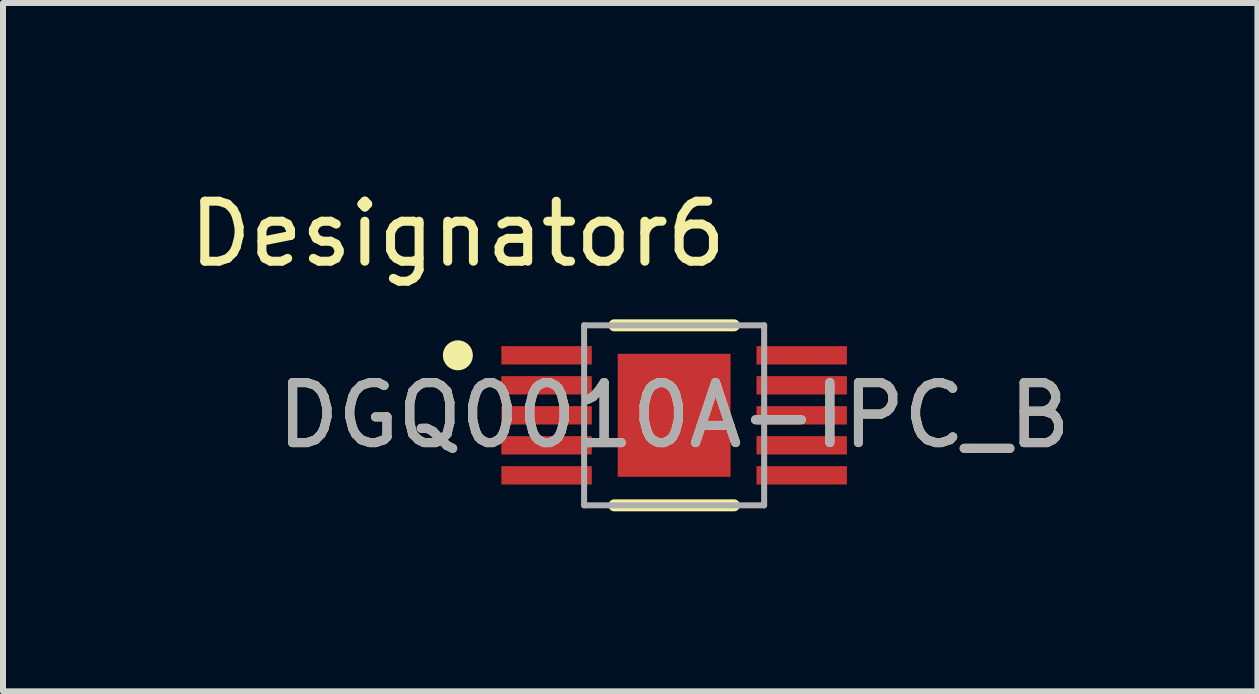
<source format=kicad_pcb>
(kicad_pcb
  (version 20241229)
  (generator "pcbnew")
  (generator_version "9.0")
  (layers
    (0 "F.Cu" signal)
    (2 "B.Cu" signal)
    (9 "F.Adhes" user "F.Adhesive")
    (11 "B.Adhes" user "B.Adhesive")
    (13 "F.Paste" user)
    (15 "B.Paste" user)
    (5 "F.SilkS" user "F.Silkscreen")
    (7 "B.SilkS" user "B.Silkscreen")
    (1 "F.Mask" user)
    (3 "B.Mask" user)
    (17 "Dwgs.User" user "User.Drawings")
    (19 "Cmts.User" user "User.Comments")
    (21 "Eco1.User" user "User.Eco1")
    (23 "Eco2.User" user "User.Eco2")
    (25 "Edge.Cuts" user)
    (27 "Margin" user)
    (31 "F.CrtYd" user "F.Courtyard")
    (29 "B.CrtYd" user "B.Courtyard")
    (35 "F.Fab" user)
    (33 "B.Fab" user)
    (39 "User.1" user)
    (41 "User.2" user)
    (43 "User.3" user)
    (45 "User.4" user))
  (footprint "DGQ0010A-IPC_B"
    (layer "F.Cu")
    (at 8.184 3.871)
    (property "Reference" "DGQ0010A-IPC_B" (at 0 0 0) (unlocked yes) (layer "F.SilkS") (effects (font (size 1 1) (thickness 0.15))))
    (attr smd)
    (fp_line (start -0.997 -1.5) (end 0.997 -1.5) (stroke (width 0.2) (type solid)) (layer "F.SilkS"))
    (fp_line (start -0.997 1.5) (end 0.997 1.5) (stroke (width 0.2) (type solid)) (layer "F.SilkS"))
    (fp_circle (center -3.604 -1) (end -3.479 -1) (stroke (width 0.25) (type solid)) (fill no) (layer "F.SilkS"))
    (fp_poly (pts (xy -0.58 0.665) (xy 0.58 0.665) (xy 0.58 -0.665) (xy -0.58 -0.665)) (stroke (width 0) (type solid)) (fill yes) (layer "F.Paste"))
    (fp_line (start -1.5 -1.5) (end 1.5 -1.5) (stroke (width 0.1) (type solid)) (layer "F.Fab"))
    (fp_line (start -1.5 1.5) (end -1.5 -1.5) (stroke (width 0.1) (type solid)) (layer "F.Fab"))
    (fp_line (start -1.5 1.5) (end 1.5 1.5) (stroke (width 0.1) (type solid)) (layer "F.Fab"))
    (fp_line (start 1.5 1.5) (end 1.5 -1.5) (stroke (width 0.1) (type solid)) (layer "F.Fab"))
    (fp_text user "Designator6" (at -3.607 -3.023 0) (unlocked yes) (layer "F.SilkS") (effects (font (size 1 1) (thickness 0.15))))
    (fp_text user "${REFERENCE}" (at 0 0 0) (unlocked yes) (layer "F.Fab") (effects (font (size 1 1) (thickness 0.15))))
    (pad "1" smd rect (at -2.126 -1) (size 1.507 0.306) (layers "F.Cu" "F.Mask" "F.Paste"))
    (pad "2" smd rect (at -2.126 -0.5) (size 1.507 0.306) (layers "F.Cu" "F.Mask" "F.Paste"))
    (pad "3" smd rect (at -2.126 0) (size 1.507 0.306) (layers "F.Cu" "F.Mask" "F.Paste"))
    (pad "4" smd rect (at -2.126 0.5) (size 1.507 0.306) (layers "F.Cu" "F.Mask" "F.Paste"))
    (pad "5" smd rect (at -2.126 1) (size 1.507 0.306) (layers "F.Cu" "F.Mask" "F.Paste"))
    (pad "6" smd rect (at 2.126 1) (size 1.507 0.306) (layers "F.Cu" "F.Mask" "F.Paste"))
    (pad "7" smd rect (at 2.126 0.5) (size 1.507 0.306) (layers "F.Cu" "F.Mask" "F.Paste"))
    (pad "8" smd rect (at 2.126 0) (size 1.507 0.306) (layers "F.Cu" "F.Mask" "F.Paste"))
    (pad "9" smd rect (at 2.126 -0.5) (size 1.507 0.306) (layers "F.Cu" "F.Mask" "F.Paste"))
    (pad "10" smd rect (at 2.126 -1) (size 1.507 0.306) (layers "F.Cu" "F.Mask" "F.Paste"))
    (pad "11" smd rect (at 0 0) (size 1.88 2.05) (layers "F.Cu" "F.Mask")))
  (gr_rect
    (start -3 -3)
    (end 17.904 8.471)
    (stroke (width 0.1) (type default))
    (fill no)
    (layer "Edge.Cuts")))
</source>
